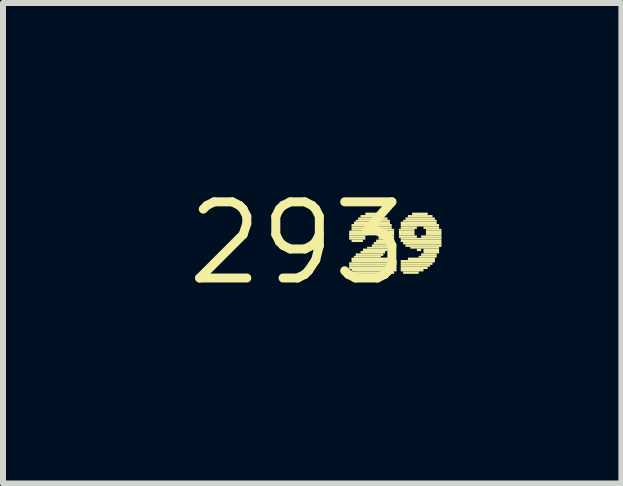
<source format=kicad_pcb>
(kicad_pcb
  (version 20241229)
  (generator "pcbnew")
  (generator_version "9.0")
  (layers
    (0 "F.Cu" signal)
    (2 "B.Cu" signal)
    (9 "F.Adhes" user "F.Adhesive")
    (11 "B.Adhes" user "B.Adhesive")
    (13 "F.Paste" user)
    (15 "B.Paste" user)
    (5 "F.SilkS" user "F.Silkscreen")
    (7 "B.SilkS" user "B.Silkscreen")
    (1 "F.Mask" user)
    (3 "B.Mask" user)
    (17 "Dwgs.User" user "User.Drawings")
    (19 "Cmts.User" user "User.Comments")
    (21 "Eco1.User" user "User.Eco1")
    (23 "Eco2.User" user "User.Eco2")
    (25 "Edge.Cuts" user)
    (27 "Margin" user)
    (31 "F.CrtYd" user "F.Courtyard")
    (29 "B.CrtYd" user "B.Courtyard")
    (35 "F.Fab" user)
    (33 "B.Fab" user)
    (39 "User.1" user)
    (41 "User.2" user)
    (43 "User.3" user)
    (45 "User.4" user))
  (footprint "293"
    (layer "F.Cu")
    (at 1.912 1.006)
    (property "Reference" "293" (at 0 0 0) (layer "F.SilkS") (effects (font (size 1.27 1.27) (thickness 0.15))))
    (fp_poly (pts (xy 0.86 -0.17) (xy 1.13 -0.17) (xy 1.13 -0.21) (xy 0.86 -0.21)) (stroke (width 0) (type solid)) (fill yes) (layer "F.SilkS"))
    (fp_poly (pts (xy 0.86 -0.13) (xy 1.13 -0.13) (xy 1.13 -0.17) (xy 0.86 -0.17)) (stroke (width 0) (type solid)) (fill yes) (layer "F.SilkS"))
    (fp_poly (pts (xy 0.86 -0.09) (xy 1.13 -0.09) (xy 1.13 -0.13) (xy 0.86 -0.13)) (stroke (width 0) (type solid)) (fill yes) (layer "F.SilkS"))
    (fp_poly (pts (xy 0.86 -0.06) (xy 1.13 -0.06) (xy 1.13 -0.09) (xy 0.86 -0.09)) (stroke (width 0) (type solid)) (fill yes) (layer "F.SilkS"))
    (fp_poly (pts (xy 0.86 0.36) (xy 1.65 0.36) (xy 1.65 0.32) (xy 0.86 0.32)) (stroke (width 0) (type solid)) (fill yes) (layer "F.SilkS"))
    (fp_poly (pts (xy 0.86 0.39) (xy 1.65 0.39) (xy 1.65 0.36) (xy 0.86 0.36)) (stroke (width 0) (type solid)) (fill yes) (layer "F.SilkS"))
    (fp_poly (pts (xy 0.86 0.43) (xy 1.65 0.43) (xy 1.65 0.39) (xy 0.86 0.39)) (stroke (width 0) (type solid)) (fill yes) (layer "F.SilkS"))
    (fp_poly (pts (xy 0.9 -0.28) (xy 1.57 -0.28) (xy 1.57 -0.32) (xy 0.9 -0.32)) (stroke (width 0) (type solid)) (fill yes) (layer "F.SilkS"))
    (fp_poly (pts (xy 0.9 -0.24) (xy 1.57 -0.24) (xy 1.57 -0.28) (xy 0.9 -0.28)) (stroke (width 0) (type solid)) (fill yes) (layer "F.SilkS"))
    (fp_poly (pts (xy 0.9 -0.21) (xy 1.16 -0.21) (xy 1.16 -0.24) (xy 0.9 -0.24)) (stroke (width 0) (type solid)) (fill yes) (layer "F.SilkS"))
    (fp_poly (pts (xy 0.9 -0.02) (xy 1.09 -0.02) (xy 1.09 -0.06) (xy 0.9 -0.06)) (stroke (width 0) (type solid)) (fill yes) (layer "F.SilkS"))
    (fp_poly (pts (xy 0.9 0.28) (xy 1.54 0.28) (xy 1.54 0.24) (xy 0.9 0.24)) (stroke (width 0) (type solid)) (fill yes) (layer "F.SilkS"))
    (fp_poly (pts (xy 0.9 0.32) (xy 1.65 0.32) (xy 1.65 0.28) (xy 0.9 0.28)) (stroke (width 0) (type solid)) (fill yes) (layer "F.SilkS"))
    (fp_poly (pts (xy 0.9 0.47) (xy 1.65 0.47) (xy 1.65 0.43) (xy 0.9 0.43)) (stroke (width 0) (type solid)) (fill yes) (layer "F.SilkS"))
    (fp_poly (pts (xy 0.94 -0.32) (xy 1.54 -0.32) (xy 1.54 -0.36) (xy 0.94 -0.36)) (stroke (width 0) (type solid)) (fill yes) (layer "F.SilkS"))
    (fp_poly (pts (xy 0.94 0.24) (xy 1.39 0.24) (xy 1.39 0.21) (xy 0.94 0.21)) (stroke (width 0) (type solid)) (fill yes) (layer "F.SilkS"))
    (fp_poly (pts (xy 0.94 0.51) (xy 1.61 0.51) (xy 1.61 0.47) (xy 0.94 0.47)) (stroke (width 0) (type solid)) (fill yes) (layer "F.SilkS"))
    (fp_poly (pts (xy 0.97 -0.36) (xy 1.54 -0.36) (xy 1.54 -0.39) (xy 0.97 -0.39)) (stroke (width 0) (type solid)) (fill yes) (layer "F.SilkS"))
    (fp_poly (pts (xy 0.97 0.21) (xy 1.43 0.21) (xy 1.43 0.17) (xy 0.97 0.17)) (stroke (width 0) (type solid)) (fill yes) (layer "F.SilkS"))
    (fp_poly (pts (xy 1.01 -0.39) (xy 1.5 -0.39) (xy 1.5 -0.43) (xy 1.01 -0.43)) (stroke (width 0) (type solid)) (fill yes) (layer "F.SilkS"))
    (fp_poly (pts (xy 1.05 -0.43) (xy 1.43 -0.43) (xy 1.43 -0.47) (xy 1.05 -0.47)) (stroke (width 0) (type solid)) (fill yes) (layer "F.SilkS"))
    (fp_poly (pts (xy 1.05 0.17) (xy 1.46 0.17) (xy 1.46 0.13) (xy 1.05 0.13)) (stroke (width 0) (type solid)) (fill yes) (layer "F.SilkS"))
    (fp_poly (pts (xy 1.09 0.13) (xy 1.5 0.13) (xy 1.5 0.09) (xy 1.09 0.09)) (stroke (width 0) (type solid)) (fill yes) (layer "F.SilkS"))
    (fp_poly (pts (xy 1.13 -0.47) (xy 1.35 -0.47) (xy 1.35 -0.51) (xy 1.13 -0.51)) (stroke (width 0) (type solid)) (fill yes) (layer "F.SilkS"))
    (fp_poly (pts (xy 1.16 0.09) (xy 1.54 0.09) (xy 1.54 0.06) (xy 1.16 0.06)) (stroke (width 0) (type solid)) (fill yes) (layer "F.SilkS"))
    (fp_poly (pts (xy 1.24 0.06) (xy 1.57 0.06) (xy 1.57 0.02) (xy 1.24 0.02)) (stroke (width 0) (type solid)) (fill yes) (layer "F.SilkS"))
    (fp_poly (pts (xy 1.27 0.02) (xy 1.57 0.02) (xy 1.57 -0.02) (xy 1.27 -0.02)) (stroke (width 0) (type solid)) (fill yes) (layer "F.SilkS"))
    (fp_poly (pts (xy 1.31 -0.21) (xy 1.61 -0.21) (xy 1.61 -0.24) (xy 1.31 -0.24)) (stroke (width 0) (type solid)) (fill yes) (layer "F.SilkS"))
    (fp_poly (pts (xy 1.31 -0.02) (xy 1.61 -0.02) (xy 1.61 -0.06) (xy 1.31 -0.06)) (stroke (width 0) (type solid)) (fill yes) (layer "F.SilkS"))
    (fp_poly (pts (xy 1.35 -0.17) (xy 1.61 -0.17) (xy 1.61 -0.21) (xy 1.35 -0.21)) (stroke (width 0) (type solid)) (fill yes) (layer "F.SilkS"))
    (fp_poly (pts (xy 1.35 -0.13) (xy 1.61 -0.13) (xy 1.61 -0.17) (xy 1.35 -0.17)) (stroke (width 0) (type solid)) (fill yes) (layer "F.SilkS"))
    (fp_poly (pts (xy 1.35 -0.09) (xy 1.61 -0.09) (xy 1.61 -0.13) (xy 1.35 -0.13)) (stroke (width 0) (type solid)) (fill yes) (layer "F.SilkS"))
    (fp_poly (pts (xy 1.35 -0.06) (xy 1.61 -0.06) (xy 1.61 -0.09) (xy 1.35 -0.09)) (stroke (width 0) (type solid)) (fill yes) (layer "F.SilkS"))
    (fp_poly (pts (xy 1.69 -0.21) (xy 1.95 -0.21) (xy 1.95 -0.24) (xy 1.69 -0.24)) (stroke (width 0) (type solid)) (fill yes) (layer "F.SilkS"))
    (fp_poly (pts (xy 1.69 -0.17) (xy 1.95 -0.17) (xy 1.95 -0.21) (xy 1.69 -0.21)) (stroke (width 0) (type solid)) (fill yes) (layer "F.SilkS"))
    (fp_poly (pts (xy 1.69 -0.13) (xy 1.95 -0.13) (xy 1.95 -0.17) (xy 1.69 -0.17)) (stroke (width 0) (type solid)) (fill yes) (layer "F.SilkS"))
    (fp_poly (pts (xy 1.69 -0.09) (xy 1.99 -0.09) (xy 1.99 -0.13) (xy 1.69 -0.13)) (stroke (width 0) (type solid)) (fill yes) (layer "F.SilkS"))
    (fp_poly (pts (xy 1.72 -0.32) (xy 2.32 -0.32) (xy 2.32 -0.36) (xy 1.72 -0.36)) (stroke (width 0) (type solid)) (fill yes) (layer "F.SilkS"))
    (fp_poly (pts (xy 1.72 -0.28) (xy 2.36 -0.28) (xy 2.36 -0.32) (xy 1.72 -0.32)) (stroke (width 0) (type solid)) (fill yes) (layer "F.SilkS"))
    (fp_poly (pts (xy 1.72 -0.24) (xy 1.99 -0.24) (xy 1.99 -0.28) (xy 1.72 -0.28)) (stroke (width 0) (type solid)) (fill yes) (layer "F.SilkS"))
    (fp_poly (pts (xy 1.72 -0.06) (xy 2.4 -0.06) (xy 2.4 -0.09) (xy 1.72 -0.09)) (stroke (width 0) (type solid)) (fill yes) (layer "F.SilkS"))
    (fp_poly (pts (xy 1.72 -0.02) (xy 2.4 -0.02) (xy 2.4 -0.06) (xy 1.72 -0.06)) (stroke (width 0) (type solid)) (fill yes) (layer "F.SilkS"))
    (fp_poly (pts (xy 1.72 0.32) (xy 2.29 0.32) (xy 2.29 0.28) (xy 1.72 0.28)) (stroke (width 0) (type solid)) (fill yes) (layer "F.SilkS"))
    (fp_poly (pts (xy 1.72 0.36) (xy 2.25 0.36) (xy 2.25 0.32) (xy 1.72 0.32)) (stroke (width 0) (type solid)) (fill yes) (layer "F.SilkS"))
    (fp_poly (pts (xy 1.72 0.39) (xy 2.21 0.39) (xy 2.21 0.36) (xy 1.72 0.36)) (stroke (width 0) (type solid)) (fill yes) (layer "F.SilkS"))
    (fp_poly (pts (xy 1.72 0.43) (xy 2.17 0.43) (xy 2.17 0.39) (xy 1.72 0.39)) (stroke (width 0) (type solid)) (fill yes) (layer "F.SilkS"))
    (fp_poly (pts (xy 1.72 0.47) (xy 2.1 0.47) (xy 2.1 0.43) (xy 1.72 0.43)) (stroke (width 0) (type solid)) (fill yes) (layer "F.SilkS"))
    (fp_poly (pts (xy 1.76 -0.36) (xy 2.32 -0.36) (xy 2.32 -0.39) (xy 1.76 -0.39)) (stroke (width 0) (type solid)) (fill yes) (layer "F.SilkS"))
    (fp_poly (pts (xy 1.76 0.02) (xy 2.4 0.02) (xy 2.4 -0.02) (xy 1.76 -0.02)) (stroke (width 0) (type solid)) (fill yes) (layer "F.SilkS"))
    (fp_poly (pts (xy 1.76 0.51) (xy 2.02 0.51) (xy 2.02 0.47) (xy 1.76 0.47)) (stroke (width 0) (type solid)) (fill yes) (layer "F.SilkS"))
    (fp_poly (pts (xy 1.8 -0.39) (xy 2.29 -0.39) (xy 2.29 -0.43) (xy 1.8 -0.43)) (stroke (width 0) (type solid)) (fill yes) (layer "F.SilkS"))
    (fp_poly (pts (xy 1.8 0.06) (xy 2.4 0.06) (xy 2.4 0.02) (xy 1.8 0.02)) (stroke (width 0) (type solid)) (fill yes) (layer "F.SilkS"))
    (fp_poly (pts (xy 1.84 -0.43) (xy 2.25 -0.43) (xy 2.25 -0.47) (xy 1.84 -0.47)) (stroke (width 0) (type solid)) (fill yes) (layer "F.SilkS"))
    (fp_poly (pts (xy 1.84 0.28) (xy 2.29 0.28) (xy 2.29 0.24) (xy 1.84 0.24)) (stroke (width 0) (type solid)) (fill yes) (layer "F.SilkS"))
    (fp_poly (pts (xy 1.88 0.09) (xy 2.36 0.09) (xy 2.36 0.06) (xy 1.88 0.06)) (stroke (width 0) (type solid)) (fill yes) (layer "F.SilkS"))
    (fp_poly (pts (xy 1.91 -0.47) (xy 2.17 -0.47) (xy 2.17 -0.51) (xy 1.91 -0.51)) (stroke (width 0) (type solid)) (fill yes) (layer "F.SilkS"))
    (fp_poly (pts (xy 1.99 0.13) (xy 2.06 0.13) (xy 2.06 0.09) (xy 1.99 0.09)) (stroke (width 0) (type solid)) (fill yes) (layer "F.SilkS"))
    (fp_poly (pts (xy 2.02 0.24) (xy 2.32 0.24) (xy 2.32 0.21) (xy 2.02 0.21)) (stroke (width 0) (type solid)) (fill yes) (layer "F.SilkS"))
    (fp_poly (pts (xy 2.06 -0.09) (xy 2.4 -0.09) (xy 2.4 -0.13) (xy 2.06 -0.13)) (stroke (width 0) (type solid)) (fill yes) (layer "F.SilkS"))
    (fp_poly (pts (xy 2.06 0.21) (xy 2.32 0.21) (xy 2.32 0.17) (xy 2.06 0.17)) (stroke (width 0) (type solid)) (fill yes) (layer "F.SilkS"))
    (fp_poly (pts (xy 2.1 -0.24) (xy 2.36 -0.24) (xy 2.36 -0.28) (xy 2.1 -0.28)) (stroke (width 0) (type solid)) (fill yes) (layer "F.SilkS"))
    (fp_poly (pts (xy 2.1 0.13) (xy 2.36 0.13) (xy 2.36 0.09) (xy 2.1 0.09)) (stroke (width 0) (type solid)) (fill yes) (layer "F.SilkS"))
    (fp_poly (pts (xy 2.1 0.17) (xy 2.36 0.17) (xy 2.36 0.13) (xy 2.1 0.13)) (stroke (width 0) (type solid)) (fill yes) (layer "F.SilkS"))
    (fp_poly (pts (xy 2.14 -0.21) (xy 2.4 -0.21) (xy 2.4 -0.24) (xy 2.14 -0.24)) (stroke (width 0) (type solid)) (fill yes) (layer "F.SilkS"))
    (fp_poly (pts (xy 2.14 -0.17) (xy 2.4 -0.17) (xy 2.4 -0.21) (xy 2.14 -0.21)) (stroke (width 0) (type solid)) (fill yes) (layer "F.SilkS"))
    (fp_poly (pts (xy 2.14 -0.13) (xy 2.4 -0.13) (xy 2.4 -0.17) (xy 2.14 -0.17)) (stroke (width 0) (type solid)) (fill yes) (layer "F.SilkS")))
  (gr_rect
    (start -3 -3)
    (end 7.312 5.012)
    (stroke (width 0.1) (type default))
    (fill no)
    (layer "Edge.Cuts")))
</source>
